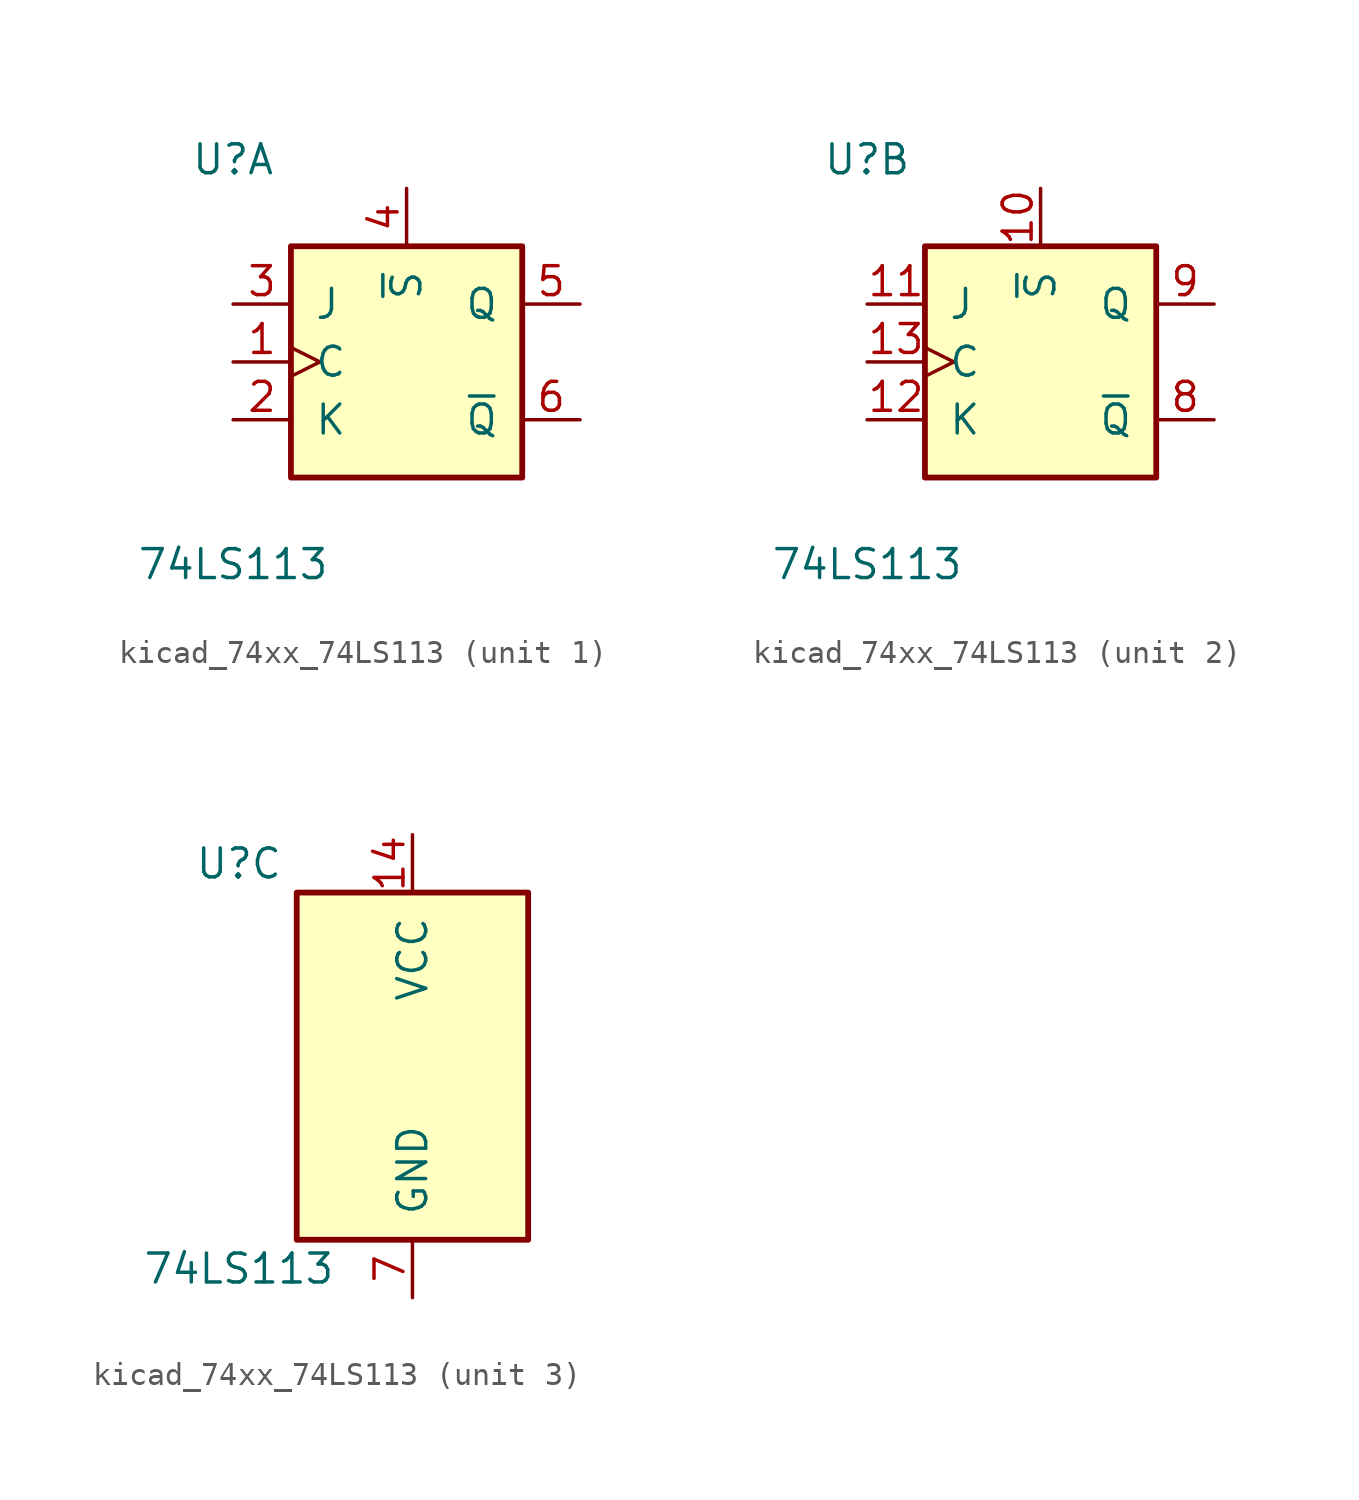
<source format=kicad_sym>
(kicad_symbol_lib
  (version 20220914)
  (generator kicad_symbol_editor)
  (symbol "kicad_74xx_74LS113"
    (pin_names
      (offset 1.016))
    (property "Reference" "U"
      (at -7.62 8.89 0)
      (effects (font (size 1.27 1.27))))
    (property "Value" "74LS113"
      (at -7.62 -8.89 0)
      (effects (font (size 1.27 1.27))))
    (property "ki_locked" ""
      (at 0 0 0)
      (effects (font (size 1.27 1.27))))
    (symbol "kicad_74xx_74LS113_1_0"
      (pin input clock (at -7.62 0 0) (length 2.54) (name "C" (effects (font (size 1.27 1.27)))) (number "1" (effects (font (size 1.27 1.27)))))
      (pin input line (at -7.62 -2.54 0) (length 2.54) (name "K" (effects (font (size 1.27 1.27)))) (number "2" (effects (font (size 1.27 1.27)))))
      (pin input line (at -7.62 2.54 0) (length 2.54) (name "J" (effects (font (size 1.27 1.27)))) (number "3" (effects (font (size 1.27 1.27)))))
      (pin input line (at 0 7.62 270) (length 2.54) (name "~{S}" (effects (font (size 1.27 1.27)))) (number "4" (effects (font (size 1.27 1.27)))))
      (pin output line (at 7.62 2.54 180) (length 2.54) (name "Q" (effects (font (size 1.27 1.27)))) (number "5" (effects (font (size 1.27 1.27)))))
      (pin output line (at 7.62 -2.54 180) (length 2.54) (name "~{Q}" (effects (font (size 1.27 1.27)))) (number "6" (effects (font (size 1.27 1.27))))))
    (symbol "kicad_74xx_74LS113_1_1"
      (rectangle (start -5.08 5.08) (end 5.08 -5.08) (stroke (width 0.254) (type default)) (fill (type background))))
    (symbol "kicad_74xx_74LS113_2_0"
      (pin input line (at 0 7.62 270) (length 2.54) (name "~{S}" (effects (font (size 1.27 1.27)))) (number "10" (effects (font (size 1.27 1.27)))))
      (pin input line (at -7.62 2.54 0) (length 2.54) (name "J" (effects (font (size 1.27 1.27)))) (number "11" (effects (font (size 1.27 1.27)))))
      (pin input line (at -7.62 -2.54 0) (length 2.54) (name "K" (effects (font (size 1.27 1.27)))) (number "12" (effects (font (size 1.27 1.27)))))
      (pin input clock (at -7.62 0 0) (length 2.54) (name "C" (effects (font (size 1.27 1.27)))) (number "13" (effects (font (size 1.27 1.27)))))
      (pin output line (at 7.62 -2.54 180) (length 2.54) (name "~{Q}" (effects (font (size 1.27 1.27)))) (number "8" (effects (font (size 1.27 1.27)))))
      (pin output line (at 7.62 2.54 180) (length 2.54) (name "Q" (effects (font (size 1.27 1.27)))) (number "9" (effects (font (size 1.27 1.27))))))
    (symbol "kicad_74xx_74LS113_2_1"
      (rectangle (start -5.08 5.08) (end 5.08 -5.08) (stroke (width 0.254) (type default)) (fill (type background))))
    (symbol "kicad_74xx_74LS113_3_0"
      (pin power_in line (at 0 10.16 270) (length 2.54) (name "VCC" (effects (font (size 1.27 1.27)))) (number "14" (effects (font (size 1.27 1.27)))))
      (pin power_in line (at 0 -10.16 90) (length 2.54) (name "GND" (effects (font (size 1.27 1.27)))) (number "7" (effects (font (size 1.27 1.27))))))
    (symbol "kicad_74xx_74LS113_3_1"
      (rectangle (start -5.08 7.62) (end 5.08 -7.62) (stroke (width 0.254) (type default)) (fill (type background))))))
</source>
